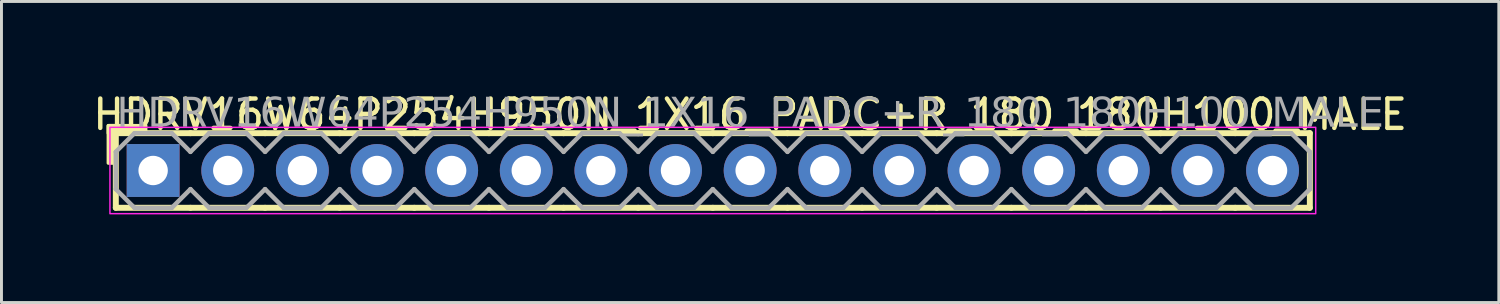
<source format=kicad_pcb>
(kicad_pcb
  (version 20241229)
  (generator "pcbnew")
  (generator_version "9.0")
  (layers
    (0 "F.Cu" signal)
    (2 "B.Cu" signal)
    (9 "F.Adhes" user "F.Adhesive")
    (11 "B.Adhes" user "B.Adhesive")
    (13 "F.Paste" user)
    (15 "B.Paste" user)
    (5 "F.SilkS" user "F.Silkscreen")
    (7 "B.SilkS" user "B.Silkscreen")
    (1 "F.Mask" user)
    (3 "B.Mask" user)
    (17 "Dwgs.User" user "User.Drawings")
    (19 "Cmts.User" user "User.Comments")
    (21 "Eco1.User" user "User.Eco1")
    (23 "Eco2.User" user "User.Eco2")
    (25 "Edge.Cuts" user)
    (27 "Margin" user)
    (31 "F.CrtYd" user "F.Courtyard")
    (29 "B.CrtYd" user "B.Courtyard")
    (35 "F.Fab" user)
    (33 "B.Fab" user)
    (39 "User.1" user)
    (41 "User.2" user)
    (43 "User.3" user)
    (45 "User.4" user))
  (footprint "HDRV16W64P254H950N_1X16_PADC+R_180_180H100_MALE"
    (layer "F.Cu")
    (at 21.212 2.753)
    (property "Reference" "HDRV16W64P254H950N_1X16_PADC+R_180_180H100_MALE" (at 1.27 -1.905 0) (layer "F.SilkS") (effects (font (size 1 1) (thickness 0.15))))
    (attr through_hole)
    (fp_line (start -20.32 1.27) (end -20.32 -1.27) (stroke (width 0.203) (type solid)) (layer "F.SilkS"))
    (fp_line (start -17.78 -1.27) (end -20.32 -1.27) (stroke (width 0.203) (type solid)) (layer "F.SilkS"))
    (fp_line (start -17.78 1.27) (end -20.32 1.27) (stroke (width 0.203) (type solid)) (layer "F.SilkS"))
    (fp_line (start -15.24 -1.27) (end -17.78 -1.27) (stroke (width 0.203) (type solid)) (layer "F.SilkS"))
    (fp_line (start -15.24 1.27) (end -17.78 1.27) (stroke (width 0.203) (type solid)) (layer "F.SilkS"))
    (fp_line (start -12.7 -1.27) (end -15.24 -1.27) (stroke (width 0.203) (type solid)) (layer "F.SilkS"))
    (fp_line (start -12.7 1.27) (end -15.24 1.27) (stroke (width 0.203) (type solid)) (layer "F.SilkS"))
    (fp_line (start -10.16 -1.27) (end -12.7 -1.27) (stroke (width 0.203) (type solid)) (layer "F.SilkS"))
    (fp_line (start -10.16 1.27) (end -12.7 1.27) (stroke (width 0.203) (type solid)) (layer "F.SilkS"))
    (fp_line (start -7.62 -1.27) (end -10.16 -1.27) (stroke (width 0.203) (type solid)) (layer "F.SilkS"))
    (fp_line (start -7.62 1.27) (end -10.16 1.27) (stroke (width 0.203) (type solid)) (layer "F.SilkS"))
    (fp_line (start -5.08 -1.27) (end -7.62 -1.27) (stroke (width 0.203) (type solid)) (layer "F.SilkS"))
    (fp_line (start -5.08 1.27) (end -7.62 1.27) (stroke (width 0.203) (type solid)) (layer "F.SilkS"))
    (fp_line (start -2.54 -1.27) (end -5.08 -1.27) (stroke (width 0.203) (type solid)) (layer "F.SilkS"))
    (fp_line (start -2.54 1.27) (end -5.08 1.27) (stroke (width 0.203) (type solid)) (layer "F.SilkS"))
    (fp_line (start 0 -1.27) (end -2.54 -1.27) (stroke (width 0.203) (type solid)) (layer "F.SilkS"))
    (fp_line (start 0 1.27) (end -2.54 1.27) (stroke (width 0.203) (type solid)) (layer "F.SilkS"))
    (fp_line (start 2.54 -1.27) (end 0 -1.27) (stroke (width 0.203) (type solid)) (layer "F.SilkS"))
    (fp_line (start 2.54 1.27) (end 0 1.27) (stroke (width 0.203) (type solid)) (layer "F.SilkS"))
    (fp_line (start 5.08 -1.27) (end 2.54 -1.27) (stroke (width 0.203) (type solid)) (layer "F.SilkS"))
    (fp_line (start 5.08 1.27) (end 2.54 1.27) (stroke (width 0.203) (type solid)) (layer "F.SilkS"))
    (fp_line (start 7.62 -1.27) (end 5.08 -1.27) (stroke (width 0.203) (type solid)) (layer "F.SilkS"))
    (fp_line (start 7.62 1.27) (end 5.08 1.27) (stroke (width 0.203) (type solid)) (layer "F.SilkS"))
    (fp_line (start 10.16 -1.27) (end 7.62 -1.27) (stroke (width 0.203) (type solid)) (layer "F.SilkS"))
    (fp_line (start 10.16 1.27) (end 7.62 1.27) (stroke (width 0.203) (type solid)) (layer "F.SilkS"))
    (fp_line (start 12.7 -1.27) (end 10.16 -1.27) (stroke (width 0.203) (type solid)) (layer "F.SilkS"))
    (fp_line (start 12.7 1.27) (end 10.16 1.27) (stroke (width 0.203) (type solid)) (layer "F.SilkS"))
    (fp_line (start 15.24 -1.27) (end 12.7 -1.27) (stroke (width 0.203) (type solid)) (layer "F.SilkS"))
    (fp_line (start 15.24 1.27) (end 12.7 1.27) (stroke (width 0.203) (type solid)) (layer "F.SilkS"))
    (fp_line (start 17.78 -1.27) (end 15.24 -1.27) (stroke (width 0.203) (type solid)) (layer "F.SilkS"))
    (fp_line (start 17.78 1.27) (end 15.24 1.27) (stroke (width 0.203) (type solid)) (layer "F.SilkS"))
    (fp_line (start 20.32 -1.27) (end 17.78 -1.27) (stroke (width 0.203) (type solid)) (layer "F.SilkS"))
    (fp_line (start 20.32 1.27) (end 17.78 1.27) (stroke (width 0.203) (type solid)) (layer "F.SilkS"))
    (fp_line (start 20.32 1.27) (end 20.32 -1.27) (stroke (width 0.203) (type solid)) (layer "F.SilkS"))
    (fp_rect (start -20.574 -0.254) (end -20.32 -1.524) (stroke (width 0.12) (type solid)) (fill yes) (layer "F.SilkS"))
    (fp_rect (start -19.304 -1.27) (end -20.574 -1.524) (stroke (width 0.12) (type solid)) (fill yes) (layer "F.SilkS"))
    (fp_rect (start -20.52 -1.47) (end 20.52 1.47) (stroke (width 0.05) (type default)) (fill no) (layer "F.CrtYd"))
    (fp_line (start -20.32 -0.635) (end -20.32 0.635) (stroke (width 0.152) (type solid)) (layer "F.Fab"))
    (fp_line (start -20.32 -0.635) (end -19.685 -1.27) (stroke (width 0.152) (type solid)) (layer "F.Fab"))
    (fp_line (start -19.685 -1.27) (end -18.415 -1.27) (stroke (width 0.152) (type solid)) (layer "F.Fab"))
    (fp_line (start -19.685 1.27) (end -20.32 0.635) (stroke (width 0.152) (type solid)) (layer "F.Fab"))
    (fp_line (start -18.415 -1.27) (end -17.78 -0.635) (stroke (width 0.152) (type solid)) (layer "F.Fab"))
    (fp_line (start -18.415 1.27) (end -19.685 1.27) (stroke (width 0.152) (type solid)) (layer "F.Fab"))
    (fp_line (start -17.78 -0.635) (end -17.145 -1.27) (stroke (width 0.152) (type solid)) (layer "F.Fab"))
    (fp_line (start -17.78 0.635) (end -18.415 1.27) (stroke (width 0.152) (type solid)) (layer "F.Fab"))
    (fp_line (start -17.145 -1.27) (end -15.875 -1.27) (stroke (width 0.152) (type solid)) (layer "F.Fab"))
    (fp_line (start -17.145 1.27) (end -17.78 0.635) (stroke (width 0.152) (type solid)) (layer "F.Fab"))
    (fp_line (start -15.875 -1.27) (end -15.24 -0.635) (stroke (width 0.152) (type solid)) (layer "F.Fab"))
    (fp_line (start -15.875 1.27) (end -17.145 1.27) (stroke (width 0.152) (type solid)) (layer "F.Fab"))
    (fp_line (start -15.24 -0.635) (end -14.605 -1.27) (stroke (width 0.152) (type solid)) (layer "F.Fab"))
    (fp_line (start -15.24 0.635) (end -15.875 1.27) (stroke (width 0.152) (type solid)) (layer "F.Fab"))
    (fp_line (start -14.605 -1.27) (end -13.335 -1.27) (stroke (width 0.152) (type solid)) (layer "F.Fab"))
    (fp_line (start -14.605 1.27) (end -15.24 0.635) (stroke (width 0.152) (type solid)) (layer "F.Fab"))
    (fp_line (start -13.335 -1.27) (end -12.7 -0.635) (stroke (width 0.152) (type solid)) (layer "F.Fab"))
    (fp_line (start -13.335 1.27) (end -14.605 1.27) (stroke (width 0.152) (type solid)) (layer "F.Fab"))
    (fp_line (start -12.7 -0.635) (end -12.065 -1.27) (stroke (width 0.152) (type solid)) (layer "F.Fab"))
    (fp_line (start -12.7 0.635) (end -13.335 1.27) (stroke (width 0.152) (type solid)) (layer "F.Fab"))
    (fp_line (start -12.065 -1.27) (end -10.795 -1.27) (stroke (width 0.152) (type solid)) (layer "F.Fab"))
    (fp_line (start -12.065 1.27) (end -12.7 0.635) (stroke (width 0.152) (type solid)) (layer "F.Fab"))
    (fp_line (start -10.795 -1.27) (end -10.16 -0.635) (stroke (width 0.152) (type solid)) (layer "F.Fab"))
    (fp_line (start -10.795 1.27) (end -12.065 1.27) (stroke (width 0.152) (type solid)) (layer "F.Fab"))
    (fp_line (start -10.16 -0.635) (end -9.525 -1.27) (stroke (width 0.152) (type solid)) (layer "F.Fab"))
    (fp_line (start -10.16 0.635) (end -10.795 1.27) (stroke (width 0.152) (type solid)) (layer "F.Fab"))
    (fp_line (start -9.525 -1.27) (end -8.255 -1.27) (stroke (width 0.152) (type solid)) (layer "F.Fab"))
    (fp_line (start -9.525 1.27) (end -10.16 0.635) (stroke (width 0.152) (type solid)) (layer "F.Fab"))
    (fp_line (start -8.255 -1.27) (end -7.62 -0.635) (stroke (width 0.152) (type solid)) (layer "F.Fab"))
    (fp_line (start -8.255 1.27) (end -9.525 1.27) (stroke (width 0.152) (type solid)) (layer "F.Fab"))
    (fp_line (start -7.62 -0.635) (end -6.985 -1.27) (stroke (width 0.152) (type solid)) (layer "F.Fab"))
    (fp_line (start -7.62 0.635) (end -8.255 1.27) (stroke (width 0.152) (type solid)) (layer "F.Fab"))
    (fp_line (start -6.985 -1.27) (end -5.715 -1.27) (stroke (width 0.152) (type solid)) (layer "F.Fab"))
    (fp_line (start -6.985 1.27) (end -7.62 0.635) (stroke (width 0.152) (type solid)) (layer "F.Fab"))
    (fp_line (start -5.715 -1.27) (end -5.08 -0.635) (stroke (width 0.152) (type solid)) (layer "F.Fab"))
    (fp_line (start -5.715 1.27) (end -6.985 1.27) (stroke (width 0.152) (type solid)) (layer "F.Fab"))
    (fp_line (start -5.08 -0.635) (end -4.445 -1.27) (stroke (width 0.152) (type solid)) (layer "F.Fab"))
    (fp_line (start -5.08 0.635) (end -5.715 1.27) (stroke (width 0.152) (type solid)) (layer "F.Fab"))
    (fp_line (start -4.445 -1.27) (end -3.175 -1.27) (stroke (width 0.152) (type solid)) (layer "F.Fab"))
    (fp_line (start -4.445 1.27) (end -5.08 0.635) (stroke (width 0.152) (type solid)) (layer "F.Fab"))
    (fp_line (start -3.175 -1.27) (end -2.54 -0.635) (stroke (width 0.152) (type solid)) (layer "F.Fab"))
    (fp_line (start -3.175 1.27) (end -4.445 1.27) (stroke (width 0.152) (type solid)) (layer "F.Fab"))
    (fp_line (start -2.54 -0.635) (end -1.905 -1.27) (stroke (width 0.152) (type solid)) (layer "F.Fab"))
    (fp_line (start -2.54 0.635) (end -3.175 1.27) (stroke (width 0.152) (type solid)) (layer "F.Fab"))
    (fp_line (start -1.905 -1.27) (end -0.635 -1.27) (stroke (width 0.152) (type solid)) (layer "F.Fab"))
    (fp_line (start -1.905 1.27) (end -2.54 0.635) (stroke (width 0.152) (type solid)) (layer "F.Fab"))
    (fp_line (start -0.635 -1.27) (end 0 -0.635) (stroke (width 0.152) (type solid)) (layer "F.Fab"))
    (fp_line (start -0.635 1.27) (end -1.905 1.27) (stroke (width 0.152) (type solid)) (layer "F.Fab"))
    (fp_line (start 0 -0.635) (end 0.635 -1.27) (stroke (width 0.152) (type solid)) (layer "F.Fab"))
    (fp_line (start 0 0.635) (end -0.635 1.27) (stroke (width 0.152) (type solid)) (layer "F.Fab"))
    (fp_line (start 0.635 -1.27) (end 1.905 -1.27) (stroke (width 0.152) (type solid)) (layer "F.Fab"))
    (fp_line (start 0.635 1.27) (end 0 0.635) (stroke (width 0.152) (type solid)) (layer "F.Fab"))
    (fp_line (start 1.905 -1.27) (end 2.54 -0.635) (stroke (width 0.152) (type solid)) (layer "F.Fab"))
    (fp_line (start 1.905 1.27) (end 0.635 1.27) (stroke (width 0.152) (type solid)) (layer "F.Fab"))
    (fp_line (start 2.54 -0.635) (end 3.175 -1.27) (stroke (width 0.152) (type solid)) (layer "F.Fab"))
    (fp_line (start 2.54 0.635) (end 1.905 1.27) (stroke (width 0.152) (type solid)) (layer "F.Fab"))
    (fp_line (start 3.175 -1.27) (end 4.445 -1.27) (stroke (width 0.152) (type solid)) (layer "F.Fab"))
    (fp_line (start 3.175 1.27) (end 2.54 0.635) (stroke (width 0.152) (type solid)) (layer "F.Fab"))
    (fp_line (start 4.445 -1.27) (end 5.08 -0.635) (stroke (width 0.152) (type solid)) (layer "F.Fab"))
    (fp_line (start 4.445 1.27) (end 3.175 1.27) (stroke (width 0.152) (type solid)) (layer "F.Fab"))
    (fp_line (start 5.08 -0.635) (end 5.715 -1.27) (stroke (width 0.152) (type solid)) (layer "F.Fab"))
    (fp_line (start 5.08 0.635) (end 4.445 1.27) (stroke (width 0.152) (type solid)) (layer "F.Fab"))
    (fp_line (start 5.715 -1.27) (end 6.985 -1.27) (stroke (width 0.152) (type solid)) (layer "F.Fab"))
    (fp_line (start 5.715 1.27) (end 5.08 0.635) (stroke (width 0.152) (type solid)) (layer "F.Fab"))
    (fp_line (start 6.985 -1.27) (end 7.62 -0.635) (stroke (width 0.152) (type solid)) (layer "F.Fab"))
    (fp_line (start 6.985 1.27) (end 5.715 1.27) (stroke (width 0.152) (type solid)) (layer "F.Fab"))
    (fp_line (start 7.62 -0.635) (end 8.255 -1.27) (stroke (width 0.152) (type solid)) (layer "F.Fab"))
    (fp_line (start 7.62 0.635) (end 6.985 1.27) (stroke (width 0.152) (type solid)) (layer "F.Fab"))
    (fp_line (start 8.255 -1.27) (end 9.525 -1.27) (stroke (width 0.152) (type solid)) (layer "F.Fab"))
    (fp_line (start 8.255 1.27) (end 7.62 0.635) (stroke (width 0.152) (type solid)) (layer "F.Fab"))
    (fp_line (start 9.525 -1.27) (end 10.16 -0.635) (stroke (width 0.152) (type solid)) (layer "F.Fab"))
    (fp_line (start 9.525 1.27) (end 8.255 1.27) (stroke (width 0.152) (type solid)) (layer "F.Fab"))
    (fp_line (start 10.16 -0.635) (end 10.795 -1.27) (stroke (width 0.152) (type solid)) (layer "F.Fab"))
    (fp_line (start 10.16 0.635) (end 9.525 1.27) (stroke (width 0.152) (type solid)) (layer "F.Fab"))
    (fp_line (start 10.795 -1.27) (end 12.065 -1.27) (stroke (width 0.152) (type solid)) (layer "F.Fab"))
    (fp_line (start 10.795 1.27) (end 10.16 0.635) (stroke (width 0.152) (type solid)) (layer "F.Fab"))
    (fp_line (start 12.065 -1.27) (end 12.7 -0.635) (stroke (width 0.152) (type solid)) (layer "F.Fab"))
    (fp_line (start 12.065 1.27) (end 10.795 1.27) (stroke (width 0.152) (type solid)) (layer "F.Fab"))
    (fp_line (start 12.7 -0.635) (end 13.335 -1.27) (stroke (width 0.152) (type solid)) (layer "F.Fab"))
    (fp_line (start 12.7 0.635) (end 12.065 1.27) (stroke (width 0.152) (type solid)) (layer "F.Fab"))
    (fp_line (start 13.335 -1.27) (end 14.605 -1.27) (stroke (width 0.152) (type solid)) (layer "F.Fab"))
    (fp_line (start 13.335 1.27) (end 12.7 0.635) (stroke (width 0.152) (type solid)) (layer "F.Fab"))
    (fp_line (start 14.605 -1.27) (end 15.24 -0.635) (stroke (width 0.152) (type solid)) (layer "F.Fab"))
    (fp_line (start 14.605 1.27) (end 13.335 1.27) (stroke (width 0.152) (type solid)) (layer "F.Fab"))
    (fp_line (start 15.24 -0.635) (end 15.875 -1.27) (stroke (width 0.152) (type solid)) (layer "F.Fab"))
    (fp_line (start 15.24 0.635) (end 14.605 1.27) (stroke (width 0.152) (type solid)) (layer "F.Fab"))
    (fp_line (start 15.875 -1.27) (end 17.145 -1.27) (stroke (width 0.152) (type solid)) (layer "F.Fab"))
    (fp_line (start 15.875 1.27) (end 15.24 0.635) (stroke (width 0.152) (type solid)) (layer "F.Fab"))
    (fp_line (start 17.145 -1.27) (end 17.78 -0.635) (stroke (width 0.152) (type solid)) (layer "F.Fab"))
    (fp_line (start 17.145 1.27) (end 15.875 1.27) (stroke (width 0.152) (type solid)) (layer "F.Fab"))
    (fp_line (start 17.78 -0.635) (end 18.415 -1.27) (stroke (width 0.152) (type solid)) (layer "F.Fab"))
    (fp_line (start 17.78 0.635) (end 17.145 1.27) (stroke (width 0.152) (type solid)) (layer "F.Fab"))
    (fp_line (start 18.415 -1.27) (end 19.685 -1.27) (stroke (width 0.152) (type solid)) (layer "F.Fab"))
    (fp_line (start 18.415 1.27) (end 17.78 0.635) (stroke (width 0.152) (type solid)) (layer "F.Fab"))
    (fp_line (start 19.685 -1.27) (end 20.32 -0.635) (stroke (width 0.152) (type solid)) (layer "F.Fab"))
    (fp_line (start 19.685 1.27) (end 18.415 1.27) (stroke (width 0.152) (type solid)) (layer "F.Fab"))
    (fp_line (start 20.32 -0.635) (end 20.32 0.635) (stroke (width 0.152) (type solid)) (layer "F.Fab"))
    (fp_line (start 20.32 0.635) (end 19.685 1.27) (stroke (width 0.152) (type solid)) (layer "F.Fab"))
    (fp_rect (start -18.796 -0.254) (end -19.304 0.254) (stroke (width 0.152) (type solid)) (fill no) (layer "F.Fab"))
    (fp_rect (start -16.256 -0.254) (end -16.764 0.254) (stroke (width 0.152) (type solid)) (fill no) (layer "F.Fab"))
    (fp_rect (start -13.716 -0.254) (end -14.224 0.254) (stroke (width 0.152) (type solid)) (fill no) (layer "F.Fab"))
    (fp_rect (start -11.176 -0.254) (end -11.684 0.254) (stroke (width 0.152) (type solid)) (fill no) (layer "F.Fab"))
    (fp_rect (start -8.636 -0.254) (end -9.144 0.254) (stroke (width 0.152) (type solid)) (fill no) (layer "F.Fab"))
    (fp_rect (start -6.096 -0.254) (end -6.604 0.254) (stroke (width 0.152) (type solid)) (fill no) (layer "F.Fab"))
    (fp_rect (start -3.556 -0.254) (end -4.064 0.254) (stroke (width 0.152) (type solid)) (fill no) (layer "F.Fab"))
    (fp_rect (start -1.016 -0.254) (end -1.524 0.254) (stroke (width 0.152) (type solid)) (fill no) (layer "F.Fab"))
    (fp_rect (start 1.524 -0.254) (end 1.016 0.254) (stroke (width 0.152) (type solid)) (fill no) (layer "F.Fab"))
    (fp_rect (start 4.064 -0.254) (end 3.556 0.254) (stroke (width 0.152) (type solid)) (fill no) (layer "F.Fab"))
    (fp_rect (start 6.604 -0.254) (end 6.096 0.254) (stroke (width 0.152) (type solid)) (fill no) (layer "F.Fab"))
    (fp_rect (start 9.144 -0.254) (end 8.636 0.254) (stroke (width 0.152) (type solid)) (fill no) (layer "F.Fab"))
    (fp_rect (start 11.684 -0.254) (end 11.176 0.254) (stroke (width 0.152) (type solid)) (fill no) (layer "F.Fab"))
    (fp_rect (start 14.224 -0.254) (end 13.716 0.254) (stroke (width 0.152) (type solid)) (fill no) (layer "F.Fab"))
    (fp_rect (start 16.764 -0.254) (end 16.256 0.254) (stroke (width 0.152) (type solid)) (fill no) (layer "F.Fab"))
    (fp_rect (start 19.304 -0.254) (end 18.796 0.254) (stroke (width 0.152) (type solid)) (fill no) (layer "F.Fab"))
    (fp_text user "${REFERENCE}" (at 1.27 -1.905 0) (layer "F.Fab") (effects (font (face "Tahoma") (size 1 1) (thickness 0.15))))
    (pad "1" thru_hole rect (at -19.05 0) (size 1.8 1.8) (drill 1) (layers "*.Cu" "*.Mask"))
    (pad "2" thru_hole circle (at -16.51 0) (size 1.8 1.8) (drill 1) (layers "*.Cu" "*.Mask"))
    (pad "3" thru_hole circle (at -13.97 0) (size 1.8 1.8) (drill 1) (layers "*.Cu" "*.Mask"))
    (pad "4" thru_hole circle (at -11.43 0) (size 1.8 1.8) (drill 1) (layers "*.Cu" "*.Mask"))
    (pad "5" thru_hole circle (at -8.89 0) (size 1.8 1.8) (drill 1) (layers "*.Cu" "*.Mask"))
    (pad "6" thru_hole circle (at -6.35 0) (size 1.8 1.8) (drill 1) (layers "*.Cu" "*.Mask"))
    (pad "7" thru_hole circle (at -3.81 0) (size 1.8 1.8) (drill 1) (layers "*.Cu" "*.Mask"))
    (pad "8" thru_hole circle (at -1.27 0) (size 1.8 1.8) (drill 1) (layers "*.Cu" "*.Mask"))
    (pad "9" thru_hole circle (at 1.27 0) (size 1.8 1.8) (drill 1) (layers "*.Cu" "*.Mask"))
    (pad "10" thru_hole circle (at 3.81 0) (size 1.8 1.8) (drill 1) (layers "*.Cu" "*.Mask"))
    (pad "11" thru_hole circle (at 6.35 0) (size 1.8 1.8) (drill 1) (layers "*.Cu" "*.Mask"))
    (pad "12" thru_hole circle (at 8.89 0) (size 1.8 1.8) (drill 1) (layers "*.Cu" "*.Mask"))
    (pad "13" thru_hole circle (at 11.43 0) (size 1.8 1.8) (drill 1) (layers "*.Cu" "*.Mask"))
    (pad "14" thru_hole circle (at 13.97 0) (size 1.8 1.8) (drill 1) (layers "*.Cu" "*.Mask"))
    (pad "15" thru_hole circle (at 16.51 0) (size 1.8 1.8) (drill 1) (layers "*.Cu" "*.Mask"))
    (pad "16" thru_hole circle (at 19.05 0) (size 1.8 1.8) (drill 1) (layers "*.Cu" "*.Mask")))
  (gr_rect
    (start -3 -3)
    (end 47.964 7.248)
    (stroke (width 0.1) (type default))
    (fill no)
    (layer "Edge.Cuts")))
</source>
